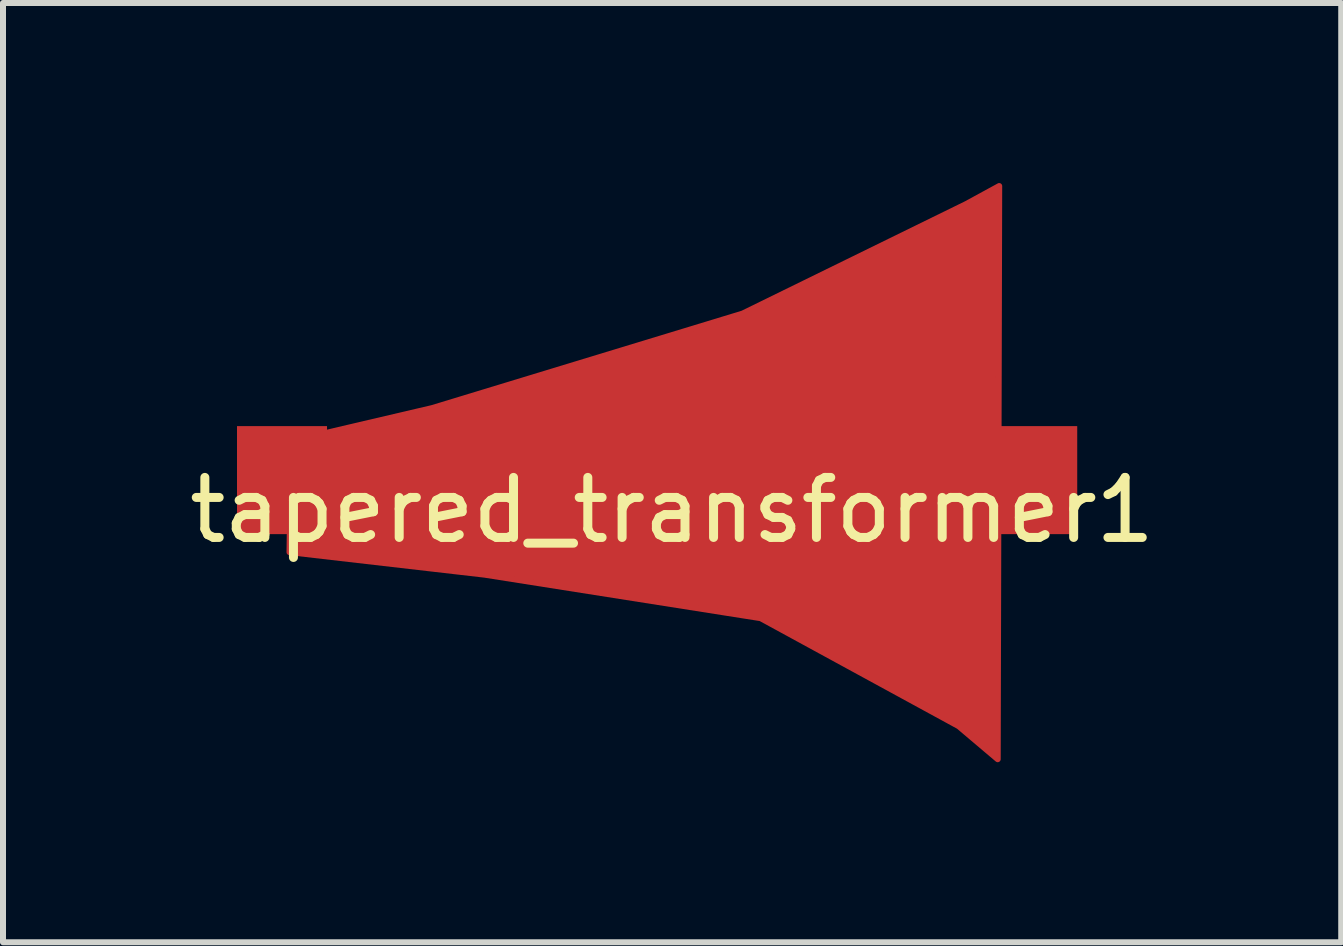
<source format=kicad_pcb>
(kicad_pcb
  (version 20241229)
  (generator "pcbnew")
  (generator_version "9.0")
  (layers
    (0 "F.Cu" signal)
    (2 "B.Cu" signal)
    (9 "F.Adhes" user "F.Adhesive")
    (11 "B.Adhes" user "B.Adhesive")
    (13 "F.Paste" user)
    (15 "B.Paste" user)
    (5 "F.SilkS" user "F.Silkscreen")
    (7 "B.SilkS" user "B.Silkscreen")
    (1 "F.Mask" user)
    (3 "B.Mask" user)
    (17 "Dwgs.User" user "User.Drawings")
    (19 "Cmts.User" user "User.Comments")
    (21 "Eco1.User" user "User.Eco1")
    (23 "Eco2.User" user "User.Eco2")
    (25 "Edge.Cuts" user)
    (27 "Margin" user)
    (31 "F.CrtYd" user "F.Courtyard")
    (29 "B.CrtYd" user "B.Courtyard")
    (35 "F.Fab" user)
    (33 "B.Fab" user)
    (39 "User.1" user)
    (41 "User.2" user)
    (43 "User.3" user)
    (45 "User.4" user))
  (footprint "tapered_transformer1"
    (layer "F.Cu")
    (at 8.149 4.95)
    (property "Reference" "tapered_transformer1" (at 0 0.5 0) (layer "F.SilkS") (effects (font (size 1 1) (thickness 0.15))))
    (attr through_hole)
    (fp_poly (pts (xy -6.35 -0.65) (xy -4 -1.2) (xy 1.175 -2.775) (xy 4.9 -4.6) (xy 5.45 -4.9) (xy 5.425 4.65) (xy 4.775 4.1) (xy 1.475 2.3) (xy -3.125 1.575) (xy -6.375 1.2)) (stroke (width 0.1) (type solid)) (fill yes) (layer "F.Cu"))
    (pad "1" smd rect (at -6.5 0) (size 1.5 1.8) (layers "F.Cu" "F.Mask" "F.Paste"))
    (pad "2" smd rect (at 6 0) (size 1.5 1.8) (layers "F.Cu" "F.Mask" "F.Paste")))
  (gr_rect
    (start -3 -3)
    (end 19.298 12.65)
    (stroke (width 0.1) (type default))
    (fill no)
    (layer "Edge.Cuts")))
</source>
